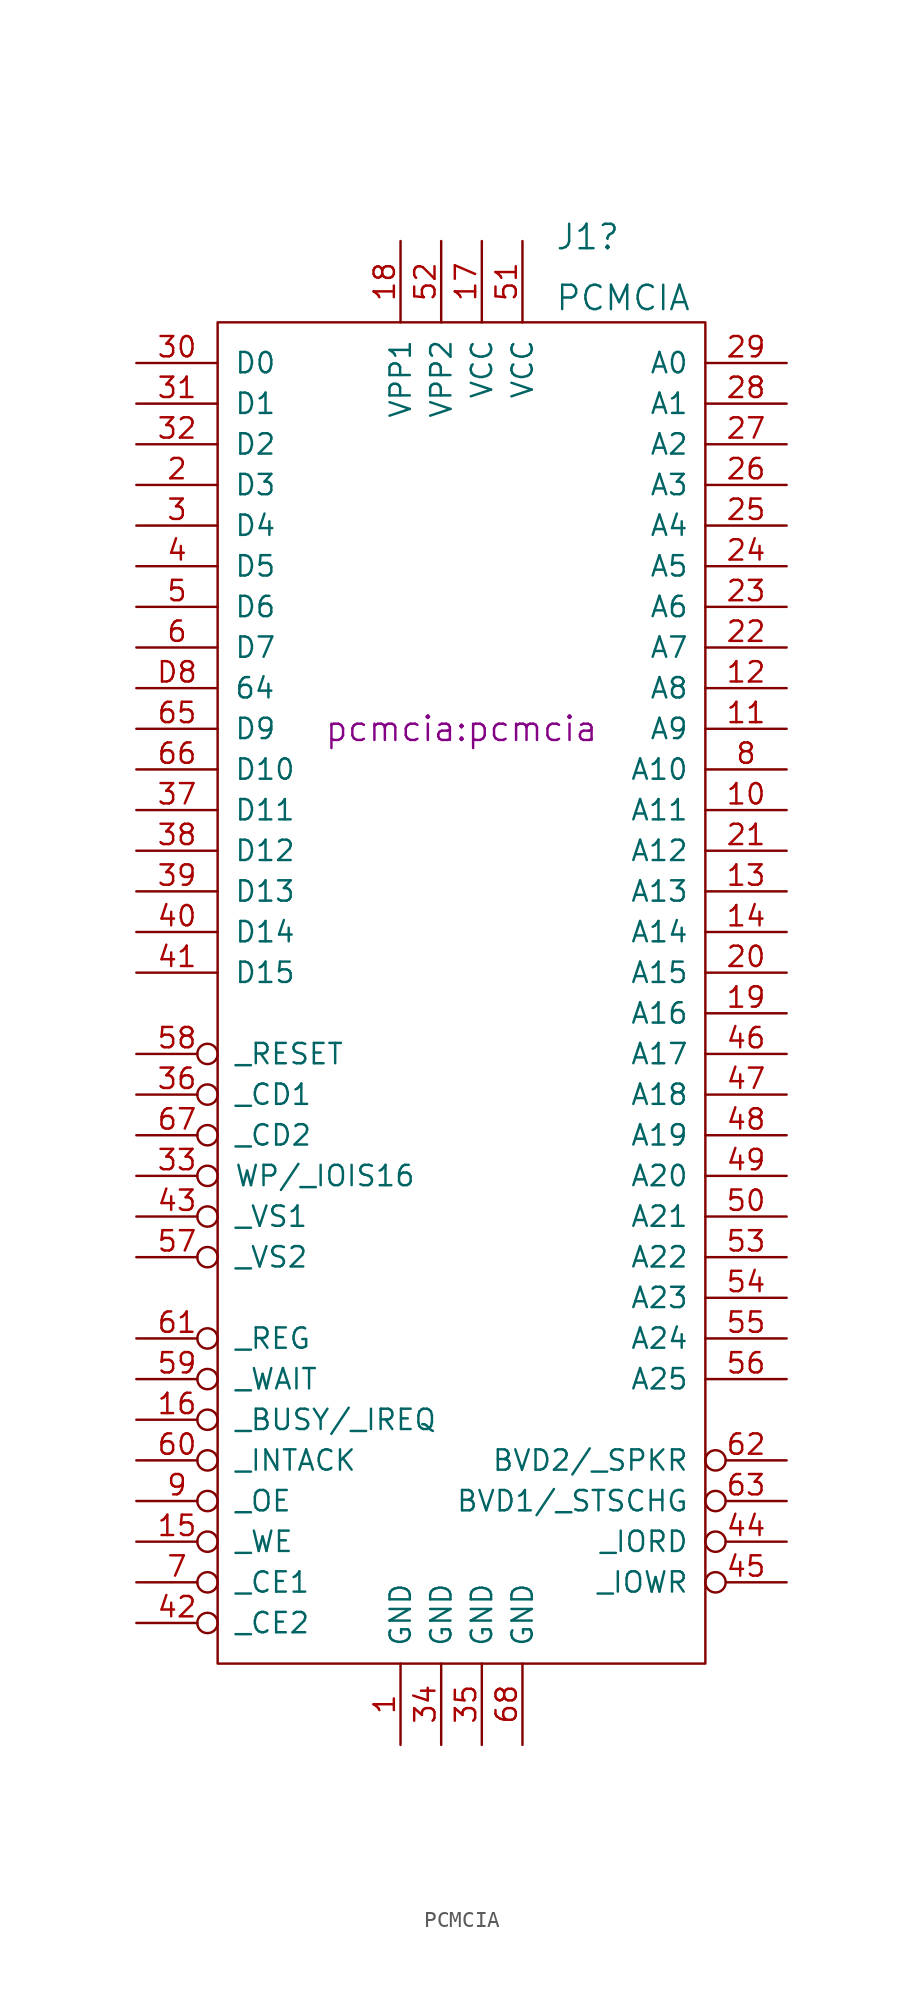
<source format=kicad_sym>
(kicad_symbol_lib
  (version 20211014)
  (generator kicad_symbol_editor)
  (symbol "PCMCIA"
    (pin_names
      (offset 1.016))
    (property "Reference" "J1"
      (at 5.829 30.734 0)
      (effects (font (size 1.524 1.524)) (justify left)))
    (property "Value" "PCMCIA"
      (at 5.829 26.924 0)
      (effects (font (size 1.524 1.524)) (justify left)))
    (property "Footprint" "pcmcia:pcmcia"
      (at 0 0 0)
      (effects (font (size 1.524 1.524))))
    (property "Datasheet" ""
      (at 0 0 0)
      (effects (font (size 1.524 1.524))))
    (symbol "PCMCIA_0_1"
      (rectangle (start -15.24 25.4) (end 15.24 -58.42) (stroke (width 0) (type default) (color 0 0 0 0)) (fill (type none))))
    (symbol "PCMCIA_1_1"
      (pin power_out line (at -3.81 -63.5 90) (length 5.08) (name "GND" (effects (font (size 1.27 1.27)))) (number "1" (effects (font (size 1.27 1.27)))))
      (pin output line (at 20.32 -5.08 180) (length 5.08) (name "A11" (effects (font (size 1.27 1.27)))) (number "10" (effects (font (size 1.27 1.27)))))
      (pin output line (at 20.32 0 180) (length 5.08) (name "A9" (effects (font (size 1.27 1.27)))) (number "11" (effects (font (size 1.27 1.27)))))
      (pin output line (at 20.32 2.54 180) (length 5.08) (name "A8" (effects (font (size 1.27 1.27)))) (number "12" (effects (font (size 1.27 1.27)))))
      (pin output line (at 20.32 -10.16 180) (length 5.08) (name "A13" (effects (font (size 1.27 1.27)))) (number "13" (effects (font (size 1.27 1.27)))))
      (pin output line (at 20.32 -12.7 180) (length 5.08) (name "A14" (effects (font (size 1.27 1.27)))) (number "14" (effects (font (size 1.27 1.27)))))
      (pin output inverted (at -20.32 -50.8 0) (length 5.08) (name "_WE" (effects (font (size 1.27 1.27)))) (number "15" (effects (font (size 1.27 1.27)))))
      (pin input inverted (at -20.32 -43.18 0) (length 5.08) (name "_BUSY/_IREQ" (effects (font (size 1.27 1.27)))) (number "16" (effects (font (size 1.27 1.27)))))
      (pin power_out line (at 1.27 30.48 270) (length 5.08) (name "VCC" (effects (font (size 1.27 1.27)))) (number "17" (effects (font (size 1.27 1.27)))))
      (pin power_in line (at -3.81 30.48 270) (length 5.08) (name "VPP1" (effects (font (size 1.27 1.27)))) (number "18" (effects (font (size 1.27 1.27)))))
      (pin output line (at 20.32 -17.78 180) (length 5.08) (name "A16" (effects (font (size 1.27 1.27)))) (number "19" (effects (font (size 1.27 1.27)))))
      (pin bidirectional line (at -20.32 15.24 0) (length 5.08) (name "D3" (effects (font (size 1.27 1.27)))) (number "2" (effects (font (size 1.27 1.27)))))
      (pin output line (at 20.32 -15.24 180) (length 5.08) (name "A15" (effects (font (size 1.27 1.27)))) (number "20" (effects (font (size 1.27 1.27)))))
      (pin output line (at 20.32 -7.62 180) (length 5.08) (name "A12" (effects (font (size 1.27 1.27)))) (number "21" (effects (font (size 1.27 1.27)))))
      (pin output line (at 20.32 5.08 180) (length 5.08) (name "A7" (effects (font (size 1.27 1.27)))) (number "22" (effects (font (size 1.27 1.27)))))
      (pin output line (at 20.32 7.62 180) (length 5.08) (name "A6" (effects (font (size 1.27 1.27)))) (number "23" (effects (font (size 1.27 1.27)))))
      (pin output line (at 20.32 10.16 180) (length 5.08) (name "A5" (effects (font (size 1.27 1.27)))) (number "24" (effects (font (size 1.27 1.27)))))
      (pin output line (at 20.32 12.7 180) (length 5.08) (name "A4" (effects (font (size 1.27 1.27)))) (number "25" (effects (font (size 1.27 1.27)))))
      (pin output line (at 20.32 15.24 180) (length 5.08) (name "A3" (effects (font (size 1.27 1.27)))) (number "26" (effects (font (size 1.27 1.27)))))
      (pin output line (at 20.32 17.78 180) (length 5.08) (name "A2" (effects (font (size 1.27 1.27)))) (number "27" (effects (font (size 1.27 1.27)))))
      (pin output line (at 20.32 20.32 180) (length 5.08) (name "A1" (effects (font (size 1.27 1.27)))) (number "28" (effects (font (size 1.27 1.27)))))
      (pin output line (at 20.32 22.86 180) (length 5.08) (name "A0" (effects (font (size 1.27 1.27)))) (number "29" (effects (font (size 1.27 1.27)))))
      (pin bidirectional line (at -20.32 12.7 0) (length 5.08) (name "D4" (effects (font (size 1.27 1.27)))) (number "3" (effects (font (size 1.27 1.27)))))
      (pin bidirectional line (at -20.32 22.86 0) (length 5.08) (name "D0" (effects (font (size 1.27 1.27)))) (number "30" (effects (font (size 1.27 1.27)))))
      (pin bidirectional line (at -20.32 20.32 0) (length 5.08) (name "D1" (effects (font (size 1.27 1.27)))) (number "31" (effects (font (size 1.27 1.27)))))
      (pin bidirectional line (at -20.32 17.78 0) (length 5.08) (name "D2" (effects (font (size 1.27 1.27)))) (number "32" (effects (font (size 1.27 1.27)))))
      (pin input inverted (at -20.32 -27.94 0) (length 5.08) (name "WP/_IOIS16" (effects (font (size 1.27 1.27)))) (number "33" (effects (font (size 1.27 1.27)))))
      (pin passive line (at -1.27 -63.5 90) (length 5.08) (name "GND" (effects (font (size 1.27 1.27)))) (number "34" (effects (font (size 1.27 1.27)))))
      (pin passive line (at 1.27 -63.5 90) (length 5.08) (name "GND" (effects (font (size 1.27 1.27)))) (number "35" (effects (font (size 1.27 1.27)))))
      (pin input inverted (at -20.32 -22.86 0) (length 5.08) (name "_CD1" (effects (font (size 1.27 1.27)))) (number "36" (effects (font (size 1.27 1.27)))))
      (pin bidirectional line (at -20.32 -5.08 0) (length 5.08) (name "D11" (effects (font (size 1.27 1.27)))) (number "37" (effects (font (size 1.27 1.27)))))
      (pin bidirectional line (at -20.32 -7.62 0) (length 5.08) (name "D12" (effects (font (size 1.27 1.27)))) (number "38" (effects (font (size 1.27 1.27)))))
      (pin bidirectional line (at -20.32 -10.16 0) (length 5.08) (name "D13" (effects (font (size 1.27 1.27)))) (number "39" (effects (font (size 1.27 1.27)))))
      (pin bidirectional line (at -20.32 10.16 0) (length 5.08) (name "D5" (effects (font (size 1.27 1.27)))) (number "4" (effects (font (size 1.27 1.27)))))
      (pin bidirectional line (at -20.32 -12.7 0) (length 5.08) (name "D14" (effects (font (size 1.27 1.27)))) (number "40" (effects (font (size 1.27 1.27)))))
      (pin bidirectional line (at -20.32 -15.24 0) (length 5.08) (name "D15" (effects (font (size 1.27 1.27)))) (number "41" (effects (font (size 1.27 1.27)))))
      (pin output inverted (at -20.32 -55.88 0) (length 5.08) (name "_CE2" (effects (font (size 1.27 1.27)))) (number "42" (effects (font (size 1.27 1.27)))))
      (pin input inverted (at -20.32 -30.48 0) (length 5.08) (name "_VS1" (effects (font (size 1.27 1.27)))) (number "43" (effects (font (size 1.27 1.27)))))
      (pin output inverted (at 20.32 -50.8 180) (length 5.08) (name "_IORD" (effects (font (size 1.27 1.27)))) (number "44" (effects (font (size 1.27 1.27)))))
      (pin output inverted (at 20.32 -53.34 180) (length 5.08) (name "_IOWR" (effects (font (size 1.27 1.27)))) (number "45" (effects (font (size 1.27 1.27)))))
      (pin output line (at 20.32 -20.32 180) (length 5.08) (name "A17" (effects (font (size 1.27 1.27)))) (number "46" (effects (font (size 1.27 1.27)))))
      (pin output line (at 20.32 -22.86 180) (length 5.08) (name "A18" (effects (font (size 1.27 1.27)))) (number "47" (effects (font (size 1.27 1.27)))))
      (pin output line (at 20.32 -25.4 180) (length 5.08) (name "A19" (effects (font (size 1.27 1.27)))) (number "48" (effects (font (size 1.27 1.27)))))
      (pin output line (at 20.32 -27.94 180) (length 5.08) (name "A20" (effects (font (size 1.27 1.27)))) (number "49" (effects (font (size 1.27 1.27)))))
      (pin bidirectional line (at -20.32 7.62 0) (length 5.08) (name "D6" (effects (font (size 1.27 1.27)))) (number "5" (effects (font (size 1.27 1.27)))))
      (pin output line (at 20.32 -30.48 180) (length 5.08) (name "A21" (effects (font (size 1.27 1.27)))) (number "50" (effects (font (size 1.27 1.27)))))
      (pin passive line (at 3.81 30.48 270) (length 5.08) (name "VCC" (effects (font (size 1.27 1.27)))) (number "51" (effects (font (size 1.27 1.27)))))
      (pin passive line (at -1.27 30.48 270) (length 5.08) (name "VPP2" (effects (font (size 1.27 1.27)))) (number "52" (effects (font (size 1.27 1.27)))))
      (pin output line (at 20.32 -33.02 180) (length 5.08) (name "A22" (effects (font (size 1.27 1.27)))) (number "53" (effects (font (size 1.27 1.27)))))
      (pin output line (at 20.32 -35.56 180) (length 5.08) (name "A23" (effects (font (size 1.27 1.27)))) (number "54" (effects (font (size 1.27 1.27)))))
      (pin output line (at 20.32 -38.1 180) (length 5.08) (name "A24" (effects (font (size 1.27 1.27)))) (number "55" (effects (font (size 1.27 1.27)))))
      (pin output line (at 20.32 -40.64 180) (length 5.08) (name "A25" (effects (font (size 1.27 1.27)))) (number "56" (effects (font (size 1.27 1.27)))))
      (pin input inverted (at -20.32 -33.02 0) (length 5.08) (name "_VS2" (effects (font (size 1.27 1.27)))) (number "57" (effects (font (size 1.27 1.27)))))
      (pin output inverted (at -20.32 -20.32 0) (length 5.08) (name "_RESET" (effects (font (size 1.27 1.27)))) (number "58" (effects (font (size 1.27 1.27)))))
      (pin output inverted (at -20.32 -40.64 0) (length 5.08) (name "_WAIT" (effects (font (size 1.27 1.27)))) (number "59" (effects (font (size 1.27 1.27)))))
      (pin bidirectional line (at -20.32 5.08 0) (length 5.08) (name "D7" (effects (font (size 1.27 1.27)))) (number "6" (effects (font (size 1.27 1.27)))))
      (pin output inverted (at -20.32 -45.72 0) (length 5.08) (name "_INTACK" (effects (font (size 1.27 1.27)))) (number "60" (effects (font (size 1.27 1.27)))))
      (pin output inverted (at -20.32 -38.1 0) (length 5.08) (name "_REG" (effects (font (size 1.27 1.27)))) (number "61" (effects (font (size 1.27 1.27)))))
      (pin output inverted (at 20.32 -45.72 180) (length 5.08) (name "BVD2/_SPKR" (effects (font (size 1.27 1.27)))) (number "62" (effects (font (size 1.27 1.27)))))
      (pin output inverted (at 20.32 -48.26 180) (length 5.08) (name "BVD1/_STSCHG" (effects (font (size 1.27 1.27)))) (number "63" (effects (font (size 1.27 1.27)))))
      (pin bidirectional line (at -20.32 0 0) (length 5.08) (name "D9" (effects (font (size 1.27 1.27)))) (number "65" (effects (font (size 1.27 1.27)))))
      (pin bidirectional line (at -20.32 -2.54 0) (length 5.08) (name "D10" (effects (font (size 1.27 1.27)))) (number "66" (effects (font (size 1.27 1.27)))))
      (pin input inverted (at -20.32 -25.4 0) (length 5.08) (name "_CD2" (effects (font (size 1.27 1.27)))) (number "67" (effects (font (size 1.27 1.27)))))
      (pin passive line (at 3.81 -63.5 90) (length 5.08) (name "GND" (effects (font (size 1.27 1.27)))) (number "68" (effects (font (size 1.27 1.27)))))
      (pin output inverted (at -20.32 -53.34 0) (length 5.08) (name "_CE1" (effects (font (size 1.27 1.27)))) (number "7" (effects (font (size 1.27 1.27)))))
      (pin output line (at 20.32 -2.54 180) (length 5.08) (name "A10" (effects (font (size 1.27 1.27)))) (number "8" (effects (font (size 1.27 1.27)))))
      (pin output inverted (at -20.32 -48.26 0) (length 5.08) (name "_OE" (effects (font (size 1.27 1.27)))) (number "9" (effects (font (size 1.27 1.27)))))
      (pin bidirectional line (at -20.32 2.54 0) (length 5.08) (name "64" (effects (font (size 1.27 1.27)))) (number "D8" (effects (font (size 1.27 1.27))))))))
</source>
